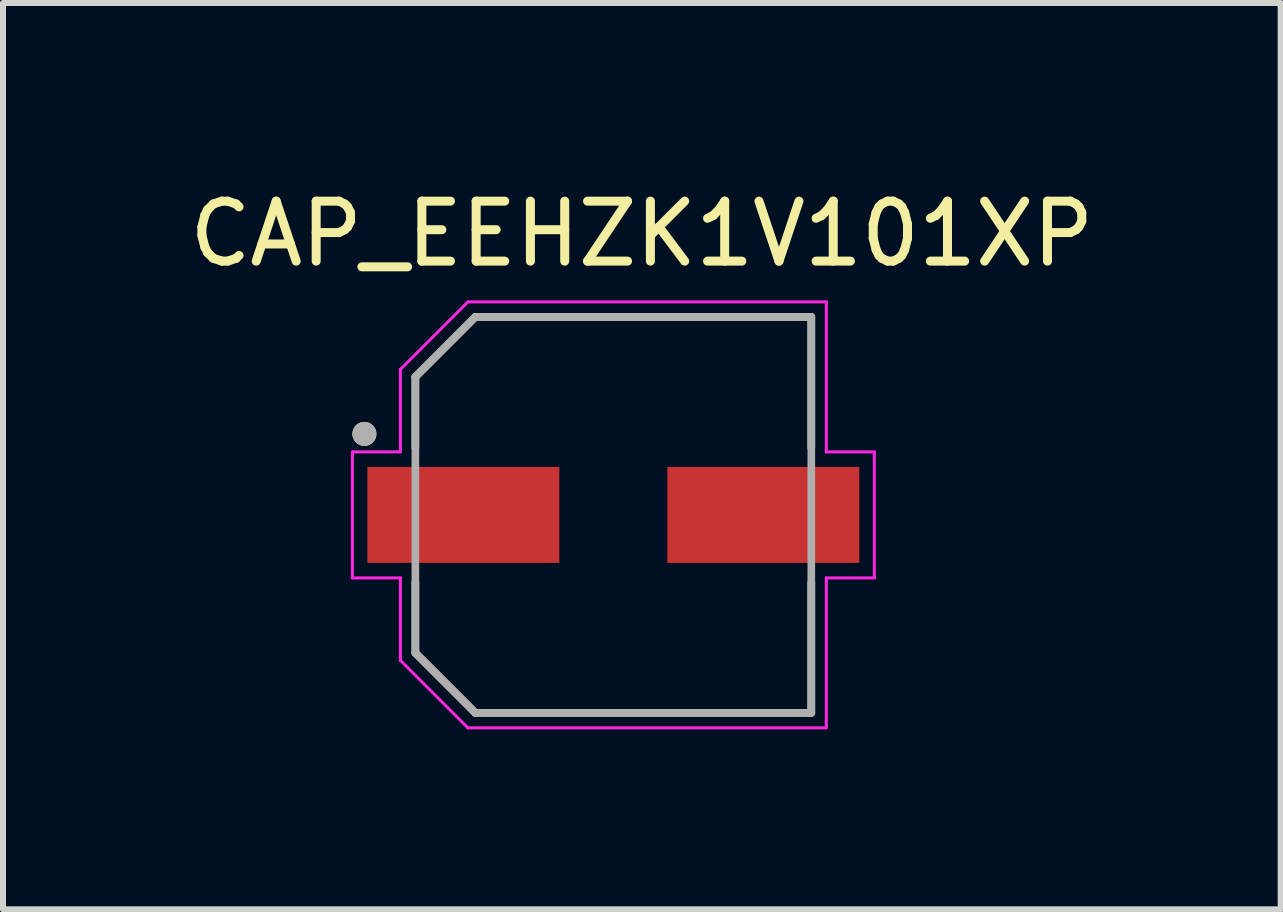
<source format=kicad_pcb>
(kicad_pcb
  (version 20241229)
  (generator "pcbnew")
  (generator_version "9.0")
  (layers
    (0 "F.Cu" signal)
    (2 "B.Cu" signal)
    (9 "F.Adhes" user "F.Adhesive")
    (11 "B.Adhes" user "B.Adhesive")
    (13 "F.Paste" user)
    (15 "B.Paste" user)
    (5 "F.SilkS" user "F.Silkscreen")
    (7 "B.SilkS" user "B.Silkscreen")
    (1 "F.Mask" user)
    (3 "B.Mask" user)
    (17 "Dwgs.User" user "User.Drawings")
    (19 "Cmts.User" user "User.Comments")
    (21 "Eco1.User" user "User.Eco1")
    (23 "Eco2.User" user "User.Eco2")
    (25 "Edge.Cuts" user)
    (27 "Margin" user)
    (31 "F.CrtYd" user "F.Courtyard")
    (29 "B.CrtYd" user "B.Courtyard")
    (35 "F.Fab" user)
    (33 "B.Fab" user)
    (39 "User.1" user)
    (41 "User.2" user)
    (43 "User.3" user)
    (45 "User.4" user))
  (footprint "CAP_EEHZK1V101XP"
    (layer "F.Cu")
    (at 7.174 5.533)
    (property "Reference" "CAP_EEHZK1V101XP" (at 0.475 -4.685 0) (layer "F.SilkS") (effects (font (size 1 1) (thickness 0.15))))
    (attr smd)
    (fp_line (start -3.3 -2.3) (end -3.3 -1.12) (stroke (width 0.127) (type solid)) (layer "F.SilkS"))
    (fp_line (start -3.3 1.12) (end -3.3 2.3) (stroke (width 0.127) (type solid)) (layer "F.SilkS"))
    (fp_line (start -3.3 2.3) (end -2.3 3.3) (stroke (width 0.127) (type solid)) (layer "F.SilkS"))
    (fp_line (start -2.3 -3.3) (end -3.3 -2.3) (stroke (width 0.127) (type solid)) (layer "F.SilkS"))
    (fp_line (start -2.3 3.3) (end 3.3 3.3) (stroke (width 0.127) (type solid)) (layer "F.SilkS"))
    (fp_line (start 3.3 -3.3) (end -2.3 -3.3) (stroke (width 0.127) (type solid)) (layer "F.SilkS"))
    (fp_line (start 3.3 -1.12) (end 3.3 -3.3) (stroke (width 0.127) (type solid)) (layer "F.SilkS"))
    (fp_line (start 3.3 3.3) (end 3.3 1.12) (stroke (width 0.127) (type solid)) (layer "F.SilkS"))
    (fp_circle (center -4.15 -1.35) (end -4.05 -1.35) (stroke (width 0.2) (type solid)) (fill no) (layer "F.SilkS"))
    (fp_line (start -4.35 -1.05) (end -3.55 -1.05) (stroke (width 0.05) (type solid)) (layer "F.CrtYd"))
    (fp_line (start -4.35 1.05) (end -4.35 -1.05) (stroke (width 0.05) (type solid)) (layer "F.CrtYd"))
    (fp_line (start -3.55 -2.425) (end -2.425 -3.55) (stroke (width 0.05) (type solid)) (layer "F.CrtYd"))
    (fp_line (start -3.55 -1.05) (end -3.55 -2.425) (stroke (width 0.05) (type solid)) (layer "F.CrtYd"))
    (fp_line (start -3.55 1.05) (end -4.35 1.05) (stroke (width 0.05) (type solid)) (layer "F.CrtYd"))
    (fp_line (start -3.55 2.425) (end -3.55 1.05) (stroke (width 0.05) (type solid)) (layer "F.CrtYd"))
    (fp_line (start -2.425 -3.55) (end 3.55 -3.55) (stroke (width 0.05) (type solid)) (layer "F.CrtYd"))
    (fp_line (start -2.425 3.55) (end -3.55 2.425) (stroke (width 0.05) (type solid)) (layer "F.CrtYd"))
    (fp_line (start 3.55 -3.55) (end 3.55 -1.05) (stroke (width 0.05) (type solid)) (layer "F.CrtYd"))
    (fp_line (start 3.55 -1.05) (end 4.35 -1.05) (stroke (width 0.05) (type solid)) (layer "F.CrtYd"))
    (fp_line (start 3.55 1.05) (end 3.55 3.55) (stroke (width 0.05) (type solid)) (layer "F.CrtYd"))
    (fp_line (start 3.55 3.55) (end -2.425 3.55) (stroke (width 0.05) (type solid)) (layer "F.CrtYd"))
    (fp_line (start 4.35 -1.05) (end 4.35 1.05) (stroke (width 0.05) (type solid)) (layer "F.CrtYd"))
    (fp_line (start 4.35 1.05) (end 3.55 1.05) (stroke (width 0.05) (type solid)) (layer "F.CrtYd"))
    (fp_line (start -3.3 -2.3) (end -3.3 2.3) (stroke (width 0.127) (type solid)) (layer "F.Fab"))
    (fp_line (start -3.3 2.3) (end -2.3 3.3) (stroke (width 0.127) (type solid)) (layer "F.Fab"))
    (fp_line (start -2.3 -3.3) (end -3.3 -2.3) (stroke (width 0.127) (type solid)) (layer "F.Fab"))
    (fp_line (start -2.3 3.3) (end 3.3 3.3) (stroke (width 0.127) (type solid)) (layer "F.Fab"))
    (fp_line (start 3.3 -3.3) (end -2.3 -3.3) (stroke (width 0.127) (type solid)) (layer "F.Fab"))
    (fp_line (start 3.3 3.3) (end 3.3 -3.3) (stroke (width 0.127) (type solid)) (layer "F.Fab"))
    (fp_circle (center -4.15 -1.35) (end -4.05 -1.35) (stroke (width 0.2) (type solid)) (fill no) (layer "F.Fab"))
    (pad "1" smd rect (at -2.5 0) (size 3.2 1.6) (layers "F.Cu" "F.Mask" "F.Paste"))
    (pad "2" smd rect (at 2.5 0) (size 3.2 1.6) (layers "F.Cu" "F.Mask" "F.Paste")))
  (gr_rect
    (start -3 -3)
    (end 18.298 12.108)
    (stroke (width 0.1) (type default))
    (fill no)
    (layer "Edge.Cuts")))
</source>
